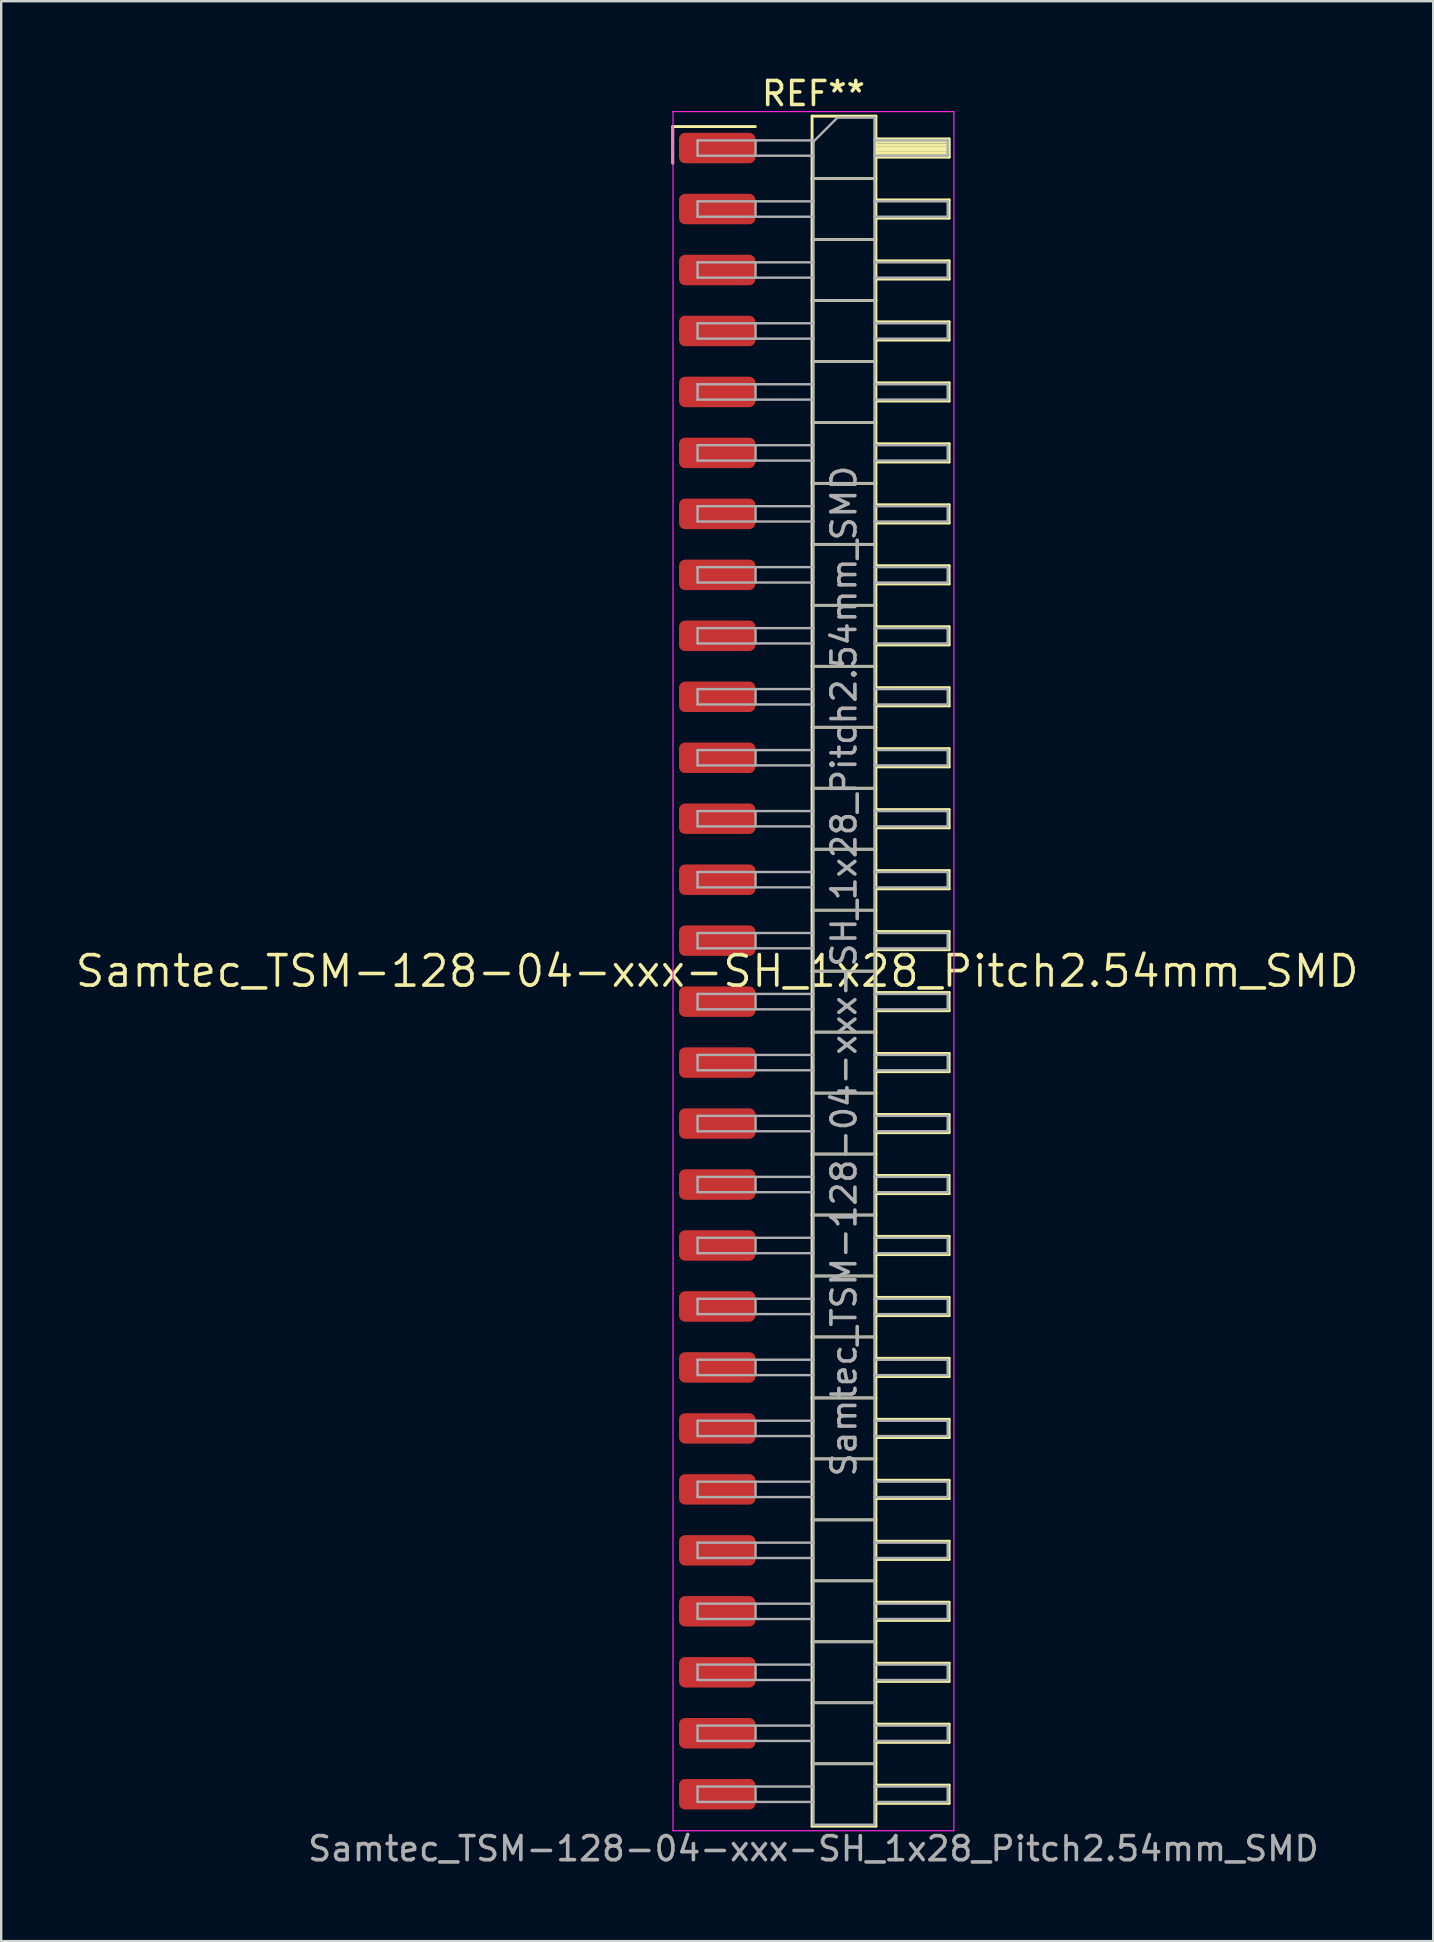
<source format=kicad_pcb>
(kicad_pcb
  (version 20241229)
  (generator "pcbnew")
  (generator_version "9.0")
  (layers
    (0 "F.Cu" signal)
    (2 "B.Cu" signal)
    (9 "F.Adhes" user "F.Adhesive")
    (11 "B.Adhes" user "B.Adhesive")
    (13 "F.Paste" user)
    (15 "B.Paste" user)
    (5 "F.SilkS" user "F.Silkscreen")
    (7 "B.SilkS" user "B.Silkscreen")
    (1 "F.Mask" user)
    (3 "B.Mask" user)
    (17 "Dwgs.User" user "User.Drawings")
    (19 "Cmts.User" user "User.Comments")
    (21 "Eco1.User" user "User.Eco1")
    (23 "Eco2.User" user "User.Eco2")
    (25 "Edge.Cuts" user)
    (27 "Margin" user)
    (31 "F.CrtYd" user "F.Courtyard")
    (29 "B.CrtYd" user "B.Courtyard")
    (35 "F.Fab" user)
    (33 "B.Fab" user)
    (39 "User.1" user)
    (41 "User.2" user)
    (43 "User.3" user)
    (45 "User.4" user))
  (footprint "Samtec_TSM-128-04-xxx-SH_1x28_Pitch2.54mm_SMD"
    (layer "F.Cu")
    (at 26.828 37.408)
    (property "Reference" "Samtec_TSM-128-04-xxx-SH_1x28_Pitch2.54mm_SMD" (at 0 0 0) (layer "F.SilkS") (effects (font (size 1.27 1.27) (thickness 0.15))))
    (attr smd)
    (fp_line (start -1.85 -35.185) (end 1.59 -35.185) (stroke (width 0.12) (type solid)) (layer "F.SilkS"))
    (fp_line (start -1.85 -33.655) (end -1.85 -35.185) (stroke (width 0.12) (type solid)) (layer "F.SilkS"))
    (fp_line (start 3.953 -35.62) (end 6.613 -35.62) (stroke (width 0.12) (type solid)) (layer "F.SilkS"))
    (fp_line (start 3.953 -33.02) (end 6.613 -33.02) (stroke (width 0.12) (type solid)) (layer "F.SilkS"))
    (fp_line (start 3.953 -30.48) (end 6.613 -30.48) (stroke (width 0.12) (type solid)) (layer "F.SilkS"))
    (fp_line (start 3.953 -27.94) (end 6.613 -27.94) (stroke (width 0.12) (type solid)) (layer "F.SilkS"))
    (fp_line (start 3.953 -25.4) (end 6.613 -25.4) (stroke (width 0.12) (type solid)) (layer "F.SilkS"))
    (fp_line (start 3.953 -22.86) (end 6.613 -22.86) (stroke (width 0.12) (type solid)) (layer "F.SilkS"))
    (fp_line (start 3.953 -20.32) (end 6.613 -20.32) (stroke (width 0.12) (type solid)) (layer "F.SilkS"))
    (fp_line (start 3.953 -17.78) (end 6.613 -17.78) (stroke (width 0.12) (type solid)) (layer "F.SilkS"))
    (fp_line (start 3.953 -15.24) (end 6.613 -15.24) (stroke (width 0.12) (type solid)) (layer "F.SilkS"))
    (fp_line (start 3.953 -12.7) (end 6.613 -12.7) (stroke (width 0.12) (type solid)) (layer "F.SilkS"))
    (fp_line (start 3.953 -10.16) (end 6.613 -10.16) (stroke (width 0.12) (type solid)) (layer "F.SilkS"))
    (fp_line (start 3.953 -7.62) (end 6.613 -7.62) (stroke (width 0.12) (type solid)) (layer "F.SilkS"))
    (fp_line (start 3.953 -5.08) (end 6.613 -5.08) (stroke (width 0.12) (type solid)) (layer "F.SilkS"))
    (fp_line (start 3.953 -2.54) (end 6.613 -2.54) (stroke (width 0.12) (type solid)) (layer "F.SilkS"))
    (fp_line (start 3.953 0) (end 6.613 0) (stroke (width 0.12) (type solid)) (layer "F.SilkS"))
    (fp_line (start 3.953 2.54) (end 6.613 2.54) (stroke (width 0.12) (type solid)) (layer "F.SilkS"))
    (fp_line (start 3.953 5.08) (end 6.613 5.08) (stroke (width 0.12) (type solid)) (layer "F.SilkS"))
    (fp_line (start 3.953 7.62) (end 6.613 7.62) (stroke (width 0.12) (type solid)) (layer "F.SilkS"))
    (fp_line (start 3.953 10.16) (end 6.613 10.16) (stroke (width 0.12) (type solid)) (layer "F.SilkS"))
    (fp_line (start 3.953 12.7) (end 6.613 12.7) (stroke (width 0.12) (type solid)) (layer "F.SilkS"))
    (fp_line (start 3.953 15.24) (end 6.613 15.24) (stroke (width 0.12) (type solid)) (layer "F.SilkS"))
    (fp_line (start 3.953 17.78) (end 6.613 17.78) (stroke (width 0.12) (type solid)) (layer "F.SilkS"))
    (fp_line (start 3.953 20.32) (end 6.613 20.32) (stroke (width 0.12) (type solid)) (layer "F.SilkS"))
    (fp_line (start 3.953 22.86) (end 6.613 22.86) (stroke (width 0.12) (type solid)) (layer "F.SilkS"))
    (fp_line (start 3.953 25.4) (end 6.613 25.4) (stroke (width 0.12) (type solid)) (layer "F.SilkS"))
    (fp_line (start 3.953 27.94) (end 6.613 27.94) (stroke (width 0.12) (type solid)) (layer "F.SilkS"))
    (fp_line (start 3.953 30.48) (end 6.613 30.48) (stroke (width 0.12) (type solid)) (layer "F.SilkS"))
    (fp_line (start 3.953 33.02) (end 6.613 33.02) (stroke (width 0.12) (type solid)) (layer "F.SilkS"))
    (fp_line (start 3.953 35.62) (end 3.953 -35.62) (stroke (width 0.12) (type solid)) (layer "F.SilkS"))
    (fp_line (start 6.613 -35.62) (end 6.613 35.62) (stroke (width 0.12) (type solid)) (layer "F.SilkS"))
    (fp_line (start 6.613 -34.67) (end 9.663 -34.67) (stroke (width 0.12) (type solid)) (layer "F.SilkS"))
    (fp_line (start 6.613 -34.55) (end 9.663 -34.55) (stroke (width 0.12) (type solid)) (layer "F.SilkS"))
    (fp_line (start 6.613 -34.43) (end 9.663 -34.43) (stroke (width 0.12) (type solid)) (layer "F.SilkS"))
    (fp_line (start 6.613 -34.31) (end 9.663 -34.31) (stroke (width 0.12) (type solid)) (layer "F.SilkS"))
    (fp_line (start 6.613 -34.19) (end 9.663 -34.19) (stroke (width 0.12) (type solid)) (layer "F.SilkS"))
    (fp_line (start 6.613 -34.07) (end 9.663 -34.07) (stroke (width 0.12) (type solid)) (layer "F.SilkS"))
    (fp_line (start 6.613 -33.95) (end 9.663 -33.95) (stroke (width 0.12) (type solid)) (layer "F.SilkS"))
    (fp_line (start 6.613 -33.91) (end 9.663 -33.91) (stroke (width 0.12) (type solid)) (layer "F.SilkS"))
    (fp_line (start 6.613 -32.13) (end 9.663 -32.13) (stroke (width 0.12) (type solid)) (layer "F.SilkS"))
    (fp_line (start 6.613 -31.37) (end 9.663 -31.37) (stroke (width 0.12) (type solid)) (layer "F.SilkS"))
    (fp_line (start 6.613 -29.59) (end 9.663 -29.59) (stroke (width 0.12) (type solid)) (layer "F.SilkS"))
    (fp_line (start 6.613 -28.83) (end 9.663 -28.83) (stroke (width 0.12) (type solid)) (layer "F.SilkS"))
    (fp_line (start 6.613 -27.05) (end 9.663 -27.05) (stroke (width 0.12) (type solid)) (layer "F.SilkS"))
    (fp_line (start 6.613 -26.29) (end 9.663 -26.29) (stroke (width 0.12) (type solid)) (layer "F.SilkS"))
    (fp_line (start 6.613 -24.51) (end 9.663 -24.51) (stroke (width 0.12) (type solid)) (layer "F.SilkS"))
    (fp_line (start 6.613 -23.75) (end 9.663 -23.75) (stroke (width 0.12) (type solid)) (layer "F.SilkS"))
    (fp_line (start 6.613 -21.97) (end 9.663 -21.97) (stroke (width 0.12) (type solid)) (layer "F.SilkS"))
    (fp_line (start 6.613 -21.21) (end 9.663 -21.21) (stroke (width 0.12) (type solid)) (layer "F.SilkS"))
    (fp_line (start 6.613 -19.43) (end 9.663 -19.43) (stroke (width 0.12) (type solid)) (layer "F.SilkS"))
    (fp_line (start 6.613 -18.67) (end 9.663 -18.67) (stroke (width 0.12) (type solid)) (layer "F.SilkS"))
    (fp_line (start 6.613 -16.89) (end 9.663 -16.89) (stroke (width 0.12) (type solid)) (layer "F.SilkS"))
    (fp_line (start 6.613 -16.13) (end 9.663 -16.13) (stroke (width 0.12) (type solid)) (layer "F.SilkS"))
    (fp_line (start 6.613 -14.35) (end 9.663 -14.35) (stroke (width 0.12) (type solid)) (layer "F.SilkS"))
    (fp_line (start 6.613 -13.59) (end 9.663 -13.59) (stroke (width 0.12) (type solid)) (layer "F.SilkS"))
    (fp_line (start 6.613 -11.81) (end 9.663 -11.81) (stroke (width 0.12) (type solid)) (layer "F.SilkS"))
    (fp_line (start 6.613 -11.05) (end 9.663 -11.05) (stroke (width 0.12) (type solid)) (layer "F.SilkS"))
    (fp_line (start 6.613 -9.27) (end 9.663 -9.27) (stroke (width 0.12) (type solid)) (layer "F.SilkS"))
    (fp_line (start 6.613 -8.51) (end 9.663 -8.51) (stroke (width 0.12) (type solid)) (layer "F.SilkS"))
    (fp_line (start 6.613 -6.73) (end 9.663 -6.73) (stroke (width 0.12) (type solid)) (layer "F.SilkS"))
    (fp_line (start 6.613 -5.97) (end 9.663 -5.97) (stroke (width 0.12) (type solid)) (layer "F.SilkS"))
    (fp_line (start 6.613 -4.19) (end 9.663 -4.19) (stroke (width 0.12) (type solid)) (layer "F.SilkS"))
    (fp_line (start 6.613 -3.43) (end 9.663 -3.43) (stroke (width 0.12) (type solid)) (layer "F.SilkS"))
    (fp_line (start 6.613 -1.65) (end 9.663 -1.65) (stroke (width 0.12) (type solid)) (layer "F.SilkS"))
    (fp_line (start 6.613 -0.89) (end 9.663 -0.89) (stroke (width 0.12) (type solid)) (layer "F.SilkS"))
    (fp_line (start 6.613 0.89) (end 9.663 0.89) (stroke (width 0.12) (type solid)) (layer "F.SilkS"))
    (fp_line (start 6.613 1.65) (end 9.663 1.65) (stroke (width 0.12) (type solid)) (layer "F.SilkS"))
    (fp_line (start 6.613 3.43) (end 9.663 3.43) (stroke (width 0.12) (type solid)) (layer "F.SilkS"))
    (fp_line (start 6.613 4.19) (end 9.663 4.19) (stroke (width 0.12) (type solid)) (layer "F.SilkS"))
    (fp_line (start 6.613 5.97) (end 9.663 5.97) (stroke (width 0.12) (type solid)) (layer "F.SilkS"))
    (fp_line (start 6.613 6.73) (end 9.663 6.73) (stroke (width 0.12) (type solid)) (layer "F.SilkS"))
    (fp_line (start 6.613 8.51) (end 9.663 8.51) (stroke (width 0.12) (type solid)) (layer "F.SilkS"))
    (fp_line (start 6.613 9.27) (end 9.663 9.27) (stroke (width 0.12) (type solid)) (layer "F.SilkS"))
    (fp_line (start 6.613 11.05) (end 9.663 11.05) (stroke (width 0.12) (type solid)) (layer "F.SilkS"))
    (fp_line (start 6.613 11.81) (end 9.663 11.81) (stroke (width 0.12) (type solid)) (layer "F.SilkS"))
    (fp_line (start 6.613 13.59) (end 9.663 13.59) (stroke (width 0.12) (type solid)) (layer "F.SilkS"))
    (fp_line (start 6.613 14.35) (end 9.663 14.35) (stroke (width 0.12) (type solid)) (layer "F.SilkS"))
    (fp_line (start 6.613 16.13) (end 9.663 16.13) (stroke (width 0.12) (type solid)) (layer "F.SilkS"))
    (fp_line (start 6.613 16.89) (end 9.663 16.89) (stroke (width 0.12) (type solid)) (layer "F.SilkS"))
    (fp_line (start 6.613 18.67) (end 9.663 18.67) (stroke (width 0.12) (type solid)) (layer "F.SilkS"))
    (fp_line (start 6.613 19.43) (end 9.663 19.43) (stroke (width 0.12) (type solid)) (layer "F.SilkS"))
    (fp_line (start 6.613 21.21) (end 9.663 21.21) (stroke (width 0.12) (type solid)) (layer "F.SilkS"))
    (fp_line (start 6.613 21.97) (end 9.663 21.97) (stroke (width 0.12) (type solid)) (layer "F.SilkS"))
    (fp_line (start 6.613 23.75) (end 9.663 23.75) (stroke (width 0.12) (type solid)) (layer "F.SilkS"))
    (fp_line (start 6.613 24.51) (end 9.663 24.51) (stroke (width 0.12) (type solid)) (layer "F.SilkS"))
    (fp_line (start 6.613 26.29) (end 9.663 26.29) (stroke (width 0.12) (type solid)) (layer "F.SilkS"))
    (fp_line (start 6.613 27.05) (end 9.663 27.05) (stroke (width 0.12) (type solid)) (layer "F.SilkS"))
    (fp_line (start 6.613 28.83) (end 9.663 28.83) (stroke (width 0.12) (type solid)) (layer "F.SilkS"))
    (fp_line (start 6.613 29.59) (end 9.663 29.59) (stroke (width 0.12) (type solid)) (layer "F.SilkS"))
    (fp_line (start 6.613 31.37) (end 9.663 31.37) (stroke (width 0.12) (type solid)) (layer "F.SilkS"))
    (fp_line (start 6.613 32.13) (end 9.663 32.13) (stroke (width 0.12) (type solid)) (layer "F.SilkS"))
    (fp_line (start 6.613 33.91) (end 9.663 33.91) (stroke (width 0.12) (type solid)) (layer "F.SilkS"))
    (fp_line (start 6.613 34.67) (end 9.663 34.67) (stroke (width 0.12) (type solid)) (layer "F.SilkS"))
    (fp_line (start 6.613 35.62) (end 3.953 35.62) (stroke (width 0.12) (type solid)) (layer "F.SilkS"))
    (fp_line (start 9.663 -34.67) (end 9.663 -33.91) (stroke (width 0.12) (type solid)) (layer "F.SilkS"))
    (fp_line (start 9.663 -32.13) (end 9.663 -31.37) (stroke (width 0.12) (type solid)) (layer "F.SilkS"))
    (fp_line (start 9.663 -29.59) (end 9.663 -28.83) (stroke (width 0.12) (type solid)) (layer "F.SilkS"))
    (fp_line (start 9.663 -27.05) (end 9.663 -26.29) (stroke (width 0.12) (type solid)) (layer "F.SilkS"))
    (fp_line (start 9.663 -24.51) (end 9.663 -23.75) (stroke (width 0.12) (type solid)) (layer "F.SilkS"))
    (fp_line (start 9.663 -21.97) (end 9.663 -21.21) (stroke (width 0.12) (type solid)) (layer "F.SilkS"))
    (fp_line (start 9.663 -19.43) (end 9.663 -18.67) (stroke (width 0.12) (type solid)) (layer "F.SilkS"))
    (fp_line (start 9.663 -16.89) (end 9.663 -16.13) (stroke (width 0.12) (type solid)) (layer "F.SilkS"))
    (fp_line (start 9.663 -14.35) (end 9.663 -13.59) (stroke (width 0.12) (type solid)) (layer "F.SilkS"))
    (fp_line (start 9.663 -11.81) (end 9.663 -11.05) (stroke (width 0.12) (type solid)) (layer "F.SilkS"))
    (fp_line (start 9.663 -9.27) (end 9.663 -8.51) (stroke (width 0.12) (type solid)) (layer "F.SilkS"))
    (fp_line (start 9.663 -6.73) (end 9.663 -5.97) (stroke (width 0.12) (type solid)) (layer "F.SilkS"))
    (fp_line (start 9.663 -4.19) (end 9.663 -3.43) (stroke (width 0.12) (type solid)) (layer "F.SilkS"))
    (fp_line (start 9.663 -1.65) (end 9.663 -0.89) (stroke (width 0.12) (type solid)) (layer "F.SilkS"))
    (fp_line (start 9.663 0.89) (end 9.663 1.65) (stroke (width 0.12) (type solid)) (layer "F.SilkS"))
    (fp_line (start 9.663 3.43) (end 9.663 4.19) (stroke (width 0.12) (type solid)) (layer "F.SilkS"))
    (fp_line (start 9.663 5.97) (end 9.663 6.73) (stroke (width 0.12) (type solid)) (layer "F.SilkS"))
    (fp_line (start 9.663 8.51) (end 9.663 9.27) (stroke (width 0.12) (type solid)) (layer "F.SilkS"))
    (fp_line (start 9.663 11.05) (end 9.663 11.81) (stroke (width 0.12) (type solid)) (layer "F.SilkS"))
    (fp_line (start 9.663 13.59) (end 9.663 14.35) (stroke (width 0.12) (type solid)) (layer "F.SilkS"))
    (fp_line (start 9.663 16.13) (end 9.663 16.89) (stroke (width 0.12) (type solid)) (layer "F.SilkS"))
    (fp_line (start 9.663 18.67) (end 9.663 19.43) (stroke (width 0.12) (type solid)) (layer "F.SilkS"))
    (fp_line (start 9.663 21.21) (end 9.663 21.97) (stroke (width 0.12) (type solid)) (layer "F.SilkS"))
    (fp_line (start 9.663 23.75) (end 9.663 24.51) (stroke (width 0.12) (type solid)) (layer "F.SilkS"))
    (fp_line (start 9.663 26.29) (end 9.663 27.05) (stroke (width 0.12) (type solid)) (layer "F.SilkS"))
    (fp_line (start 9.663 28.83) (end 9.663 29.59) (stroke (width 0.12) (type solid)) (layer "F.SilkS"))
    (fp_line (start 9.663 31.37) (end 9.663 32.13) (stroke (width 0.12) (type solid)) (layer "F.SilkS"))
    (fp_line (start 9.663 33.91) (end 9.663 34.67) (stroke (width 0.12) (type solid)) (layer "F.SilkS"))
    (fp_line (start -1.84 -35.81) (end 9.86 -35.81) (stroke (width 0.05) (type solid)) (layer "F.CrtYd"))
    (fp_line (start -1.84 35.81) (end -1.84 -35.81) (stroke (width 0.05) (type solid)) (layer "F.CrtYd"))
    (fp_line (start 9.86 -35.81) (end 9.86 35.81) (stroke (width 0.05) (type solid)) (layer "F.CrtYd"))
    (fp_line (start 9.86 35.81) (end -1.84 35.81) (stroke (width 0.05) (type solid)) (layer "F.CrtYd"))
    (fp_line (start -0.817 -34.61) (end -0.817 -33.97) (stroke (width 0.1) (type solid)) (layer "F.Fab"))
    (fp_line (start -0.817 -34.61) (end 4.013 -34.61) (stroke (width 0.1) (type solid)) (layer "F.Fab"))
    (fp_line (start -0.817 -33.97) (end 4.013 -33.97) (stroke (width 0.1) (type solid)) (layer "F.Fab"))
    (fp_line (start -0.817 -32.07) (end -0.817 -31.43) (stroke (width 0.1) (type solid)) (layer "F.Fab"))
    (fp_line (start -0.817 -32.07) (end 4.013 -32.07) (stroke (width 0.1) (type solid)) (layer "F.Fab"))
    (fp_line (start -0.817 -31.43) (end 4.013 -31.43) (stroke (width 0.1) (type solid)) (layer "F.Fab"))
    (fp_line (start -0.817 -29.53) (end -0.817 -28.89) (stroke (width 0.1) (type solid)) (layer "F.Fab"))
    (fp_line (start -0.817 -29.53) (end 4.013 -29.53) (stroke (width 0.1) (type solid)) (layer "F.Fab"))
    (fp_line (start -0.817 -28.89) (end 4.013 -28.89) (stroke (width 0.1) (type solid)) (layer "F.Fab"))
    (fp_line (start -0.817 -26.99) (end -0.817 -26.35) (stroke (width 0.1) (type solid)) (layer "F.Fab"))
    (fp_line (start -0.817 -26.99) (end 4.013 -26.99) (stroke (width 0.1) (type solid)) (layer "F.Fab"))
    (fp_line (start -0.817 -26.35) (end 4.013 -26.35) (stroke (width 0.1) (type solid)) (layer "F.Fab"))
    (fp_line (start -0.817 -24.45) (end -0.817 -23.81) (stroke (width 0.1) (type solid)) (layer "F.Fab"))
    (fp_line (start -0.817 -24.45) (end 4.013 -24.45) (stroke (width 0.1) (type solid)) (layer "F.Fab"))
    (fp_line (start -0.817 -23.81) (end 4.013 -23.81) (stroke (width 0.1) (type solid)) (layer "F.Fab"))
    (fp_line (start -0.817 -21.91) (end -0.817 -21.27) (stroke (width 0.1) (type solid)) (layer "F.Fab"))
    (fp_line (start -0.817 -21.91) (end 4.013 -21.91) (stroke (width 0.1) (type solid)) (layer "F.Fab"))
    (fp_line (start -0.817 -21.27) (end 4.013 -21.27) (stroke (width 0.1) (type solid)) (layer "F.Fab"))
    (fp_line (start -0.817 -19.37) (end -0.817 -18.73) (stroke (width 0.1) (type solid)) (layer "F.Fab"))
    (fp_line (start -0.817 -19.37) (end 4.013 -19.37) (stroke (width 0.1) (type solid)) (layer "F.Fab"))
    (fp_line (start -0.817 -18.73) (end 4.013 -18.73) (stroke (width 0.1) (type solid)) (layer "F.Fab"))
    (fp_line (start -0.817 -16.83) (end -0.817 -16.19) (stroke (width 0.1) (type solid)) (layer "F.Fab"))
    (fp_line (start -0.817 -16.83) (end 4.013 -16.83) (stroke (width 0.1) (type solid)) (layer "F.Fab"))
    (fp_line (start -0.817 -16.19) (end 4.013 -16.19) (stroke (width 0.1) (type solid)) (layer "F.Fab"))
    (fp_line (start -0.817 -14.29) (end -0.817 -13.65) (stroke (width 0.1) (type solid)) (layer "F.Fab"))
    (fp_line (start -0.817 -14.29) (end 4.013 -14.29) (stroke (width 0.1) (type solid)) (layer "F.Fab"))
    (fp_line (start -0.817 -13.65) (end 4.013 -13.65) (stroke (width 0.1) (type solid)) (layer "F.Fab"))
    (fp_line (start -0.817 -11.75) (end -0.817 -11.11) (stroke (width 0.1) (type solid)) (layer "F.Fab"))
    (fp_line (start -0.817 -11.75) (end 4.013 -11.75) (stroke (width 0.1) (type solid)) (layer "F.Fab"))
    (fp_line (start -0.817 -11.11) (end 4.013 -11.11) (stroke (width 0.1) (type solid)) (layer "F.Fab"))
    (fp_line (start -0.817 -9.21) (end -0.817 -8.57) (stroke (width 0.1) (type solid)) (layer "F.Fab"))
    (fp_line (start -0.817 -9.21) (end 4.013 -9.21) (stroke (width 0.1) (type solid)) (layer "F.Fab"))
    (fp_line (start -0.817 -8.57) (end 4.013 -8.57) (stroke (width 0.1) (type solid)) (layer "F.Fab"))
    (fp_line (start -0.817 -6.67) (end -0.817 -6.03) (stroke (width 0.1) (type solid)) (layer "F.Fab"))
    (fp_line (start -0.817 -6.67) (end 4.013 -6.67) (stroke (width 0.1) (type solid)) (layer "F.Fab"))
    (fp_line (start -0.817 -6.03) (end 4.013 -6.03) (stroke (width 0.1) (type solid)) (layer "F.Fab"))
    (fp_line (start -0.817 -4.13) (end -0.817 -3.49) (stroke (width 0.1) (type solid)) (layer "F.Fab"))
    (fp_line (start -0.817 -4.13) (end 4.013 -4.13) (stroke (width 0.1) (type solid)) (layer "F.Fab"))
    (fp_line (start -0.817 -3.49) (end 4.013 -3.49) (stroke (width 0.1) (type solid)) (layer "F.Fab"))
    (fp_line (start -0.817 -1.59) (end -0.817 -0.95) (stroke (width 0.1) (type solid)) (layer "F.Fab"))
    (fp_line (start -0.817 -1.59) (end 4.013 -1.59) (stroke (width 0.1) (type solid)) (layer "F.Fab"))
    (fp_line (start -0.817 -0.95) (end 4.013 -0.95) (stroke (width 0.1) (type solid)) (layer "F.Fab"))
    (fp_line (start -0.817 0.95) (end -0.817 1.59) (stroke (width 0.1) (type solid)) (layer "F.Fab"))
    (fp_line (start -0.817 0.95) (end 4.013 0.95) (stroke (width 0.1) (type solid)) (layer "F.Fab"))
    (fp_line (start -0.817 1.59) (end 4.013 1.59) (stroke (width 0.1) (type solid)) (layer "F.Fab"))
    (fp_line (start -0.817 3.49) (end -0.817 4.13) (stroke (width 0.1) (type solid)) (layer "F.Fab"))
    (fp_line (start -0.817 3.49) (end 4.013 3.49) (stroke (width 0.1) (type solid)) (layer "F.Fab"))
    (fp_line (start -0.817 4.13) (end 4.013 4.13) (stroke (width 0.1) (type solid)) (layer "F.Fab"))
    (fp_line (start -0.817 6.03) (end -0.817 6.67) (stroke (width 0.1) (type solid)) (layer "F.Fab"))
    (fp_line (start -0.817 6.03) (end 4.013 6.03) (stroke (width 0.1) (type solid)) (layer "F.Fab"))
    (fp_line (start -0.817 6.67) (end 4.013 6.67) (stroke (width 0.1) (type solid)) (layer "F.Fab"))
    (fp_line (start -0.817 8.57) (end -0.817 9.21) (stroke (width 0.1) (type solid)) (layer "F.Fab"))
    (fp_line (start -0.817 8.57) (end 4.013 8.57) (stroke (width 0.1) (type solid)) (layer "F.Fab"))
    (fp_line (start -0.817 9.21) (end 4.013 9.21) (stroke (width 0.1) (type solid)) (layer "F.Fab"))
    (fp_line (start -0.817 11.11) (end -0.817 11.75) (stroke (width 0.1) (type solid)) (layer "F.Fab"))
    (fp_line (start -0.817 11.11) (end 4.013 11.11) (stroke (width 0.1) (type solid)) (layer "F.Fab"))
    (fp_line (start -0.817 11.75) (end 4.013 11.75) (stroke (width 0.1) (type solid)) (layer "F.Fab"))
    (fp_line (start -0.817 13.65) (end -0.817 14.29) (stroke (width 0.1) (type solid)) (layer "F.Fab"))
    (fp_line (start -0.817 13.65) (end 4.013 13.65) (stroke (width 0.1) (type solid)) (layer "F.Fab"))
    (fp_line (start -0.817 14.29) (end 4.013 14.29) (stroke (width 0.1) (type solid)) (layer "F.Fab"))
    (fp_line (start -0.817 16.19) (end -0.817 16.83) (stroke (width 0.1) (type solid)) (layer "F.Fab"))
    (fp_line (start -0.817 16.19) (end 4.013 16.19) (stroke (width 0.1) (type solid)) (layer "F.Fab"))
    (fp_line (start -0.817 16.83) (end 4.013 16.83) (stroke (width 0.1) (type solid)) (layer "F.Fab"))
    (fp_line (start -0.817 18.73) (end -0.817 19.37) (stroke (width 0.1) (type solid)) (layer "F.Fab"))
    (fp_line (start -0.817 18.73) (end 4.013 18.73) (stroke (width 0.1) (type solid)) (layer "F.Fab"))
    (fp_line (start -0.817 19.37) (end 4.013 19.37) (stroke (width 0.1) (type solid)) (layer "F.Fab"))
    (fp_line (start -0.817 21.27) (end -0.817 21.91) (stroke (width 0.1) (type solid)) (layer "F.Fab"))
    (fp_line (start -0.817 21.27) (end 4.013 21.27) (stroke (width 0.1) (type solid)) (layer "F.Fab"))
    (fp_line (start -0.817 21.91) (end 4.013 21.91) (stroke (width 0.1) (type solid)) (layer "F.Fab"))
    (fp_line (start -0.817 23.81) (end -0.817 24.45) (stroke (width 0.1) (type solid)) (layer "F.Fab"))
    (fp_line (start -0.817 23.81) (end 4.013 23.81) (stroke (width 0.1) (type solid)) (layer "F.Fab"))
    (fp_line (start -0.817 24.45) (end 4.013 24.45) (stroke (width 0.1) (type solid)) (layer "F.Fab"))
    (fp_line (start -0.817 26.35) (end -0.817 26.99) (stroke (width 0.1) (type solid)) (layer "F.Fab"))
    (fp_line (start -0.817 26.35) (end 4.013 26.35) (stroke (width 0.1) (type solid)) (layer "F.Fab"))
    (fp_line (start -0.817 26.99) (end 4.013 26.99) (stroke (width 0.1) (type solid)) (layer "F.Fab"))
    (fp_line (start -0.817 28.89) (end -0.817 29.53) (stroke (width 0.1) (type solid)) (layer "F.Fab"))
    (fp_line (start -0.817 28.89) (end 4.013 28.89) (stroke (width 0.1) (type solid)) (layer "F.Fab"))
    (fp_line (start -0.817 29.53) (end 4.013 29.53) (stroke (width 0.1) (type solid)) (layer "F.Fab"))
    (fp_line (start -0.817 31.43) (end -0.817 32.07) (stroke (width 0.1) (type solid)) (layer "F.Fab"))
    (fp_line (start -0.817 31.43) (end 4.013 31.43) (stroke (width 0.1) (type solid)) (layer "F.Fab"))
    (fp_line (start -0.817 32.07) (end 4.013 32.07) (stroke (width 0.1) (type solid)) (layer "F.Fab"))
    (fp_line (start -0.817 33.97) (end -0.817 34.61) (stroke (width 0.1) (type solid)) (layer "F.Fab"))
    (fp_line (start -0.817 33.97) (end 4.013 33.97) (stroke (width 0.1) (type solid)) (layer "F.Fab"))
    (fp_line (start -0.817 34.61) (end 4.013 34.61) (stroke (width 0.1) (type solid)) (layer "F.Fab"))
    (fp_line (start 1.598 -34.61) (end 1.598 -33.97) (stroke (width 0.1) (type solid)) (layer "F.Fab"))
    (fp_line (start 1.598 -32.07) (end 1.598 -31.43) (stroke (width 0.1) (type solid)) (layer "F.Fab"))
    (fp_line (start 1.598 -29.53) (end 1.598 -28.89) (stroke (width 0.1) (type solid)) (layer "F.Fab"))
    (fp_line (start 1.598 -26.99) (end 1.598 -26.35) (stroke (width 0.1) (type solid)) (layer "F.Fab"))
    (fp_line (start 1.598 -24.45) (end 1.598 -23.81) (stroke (width 0.1) (type solid)) (layer "F.Fab"))
    (fp_line (start 1.598 -21.91) (end 1.598 -21.27) (stroke (width 0.1) (type solid)) (layer "F.Fab"))
    (fp_line (start 1.598 -19.37) (end 1.598 -18.73) (stroke (width 0.1) (type solid)) (layer "F.Fab"))
    (fp_line (start 1.598 -16.83) (end 1.598 -16.19) (stroke (width 0.1) (type solid)) (layer "F.Fab"))
    (fp_line (start 1.598 -14.29) (end 1.598 -13.65) (stroke (width 0.1) (type solid)) (layer "F.Fab"))
    (fp_line (start 1.598 -11.75) (end 1.598 -11.11) (stroke (width 0.1) (type solid)) (layer "F.Fab"))
    (fp_line (start 1.598 -9.21) (end 1.598 -8.57) (stroke (width 0.1) (type solid)) (layer "F.Fab"))
    (fp_line (start 1.598 -6.67) (end 1.598 -6.03) (stroke (width 0.1) (type solid)) (layer "F.Fab"))
    (fp_line (start 1.598 -4.13) (end 1.598 -3.49) (stroke (width 0.1) (type solid)) (layer "F.Fab"))
    (fp_line (start 1.598 -1.59) (end 1.598 -0.95) (stroke (width 0.1) (type solid)) (layer "F.Fab"))
    (fp_line (start 1.598 0.95) (end 1.598 1.59) (stroke (width 0.1) (type solid)) (layer "F.Fab"))
    (fp_line (start 1.598 3.49) (end 1.598 4.13) (stroke (width 0.1) (type solid)) (layer "F.Fab"))
    (fp_line (start 1.598 6.03) (end 1.598 6.67) (stroke (width 0.1) (type solid)) (layer "F.Fab"))
    (fp_line (start 1.598 8.57) (end 1.598 9.21) (stroke (width 0.1) (type solid)) (layer "F.Fab"))
    (fp_line (start 1.598 11.11) (end 1.598 11.75) (stroke (width 0.1) (type solid)) (layer "F.Fab"))
    (fp_line (start 1.598 13.65) (end 1.598 14.29) (stroke (width 0.1) (type solid)) (layer "F.Fab"))
    (fp_line (start 1.598 16.19) (end 1.598 16.83) (stroke (width 0.1) (type solid)) (layer "F.Fab"))
    (fp_line (start 1.598 18.73) (end 1.598 19.37) (stroke (width 0.1) (type solid)) (layer "F.Fab"))
    (fp_line (start 1.598 21.27) (end 1.598 21.91) (stroke (width 0.1) (type solid)) (layer "F.Fab"))
    (fp_line (start 1.598 23.81) (end 1.598 24.45) (stroke (width 0.1) (type solid)) (layer "F.Fab"))
    (fp_line (start 1.598 26.35) (end 1.598 26.99) (stroke (width 0.1) (type solid)) (layer "F.Fab"))
    (fp_line (start 1.598 28.89) (end 1.598 29.53) (stroke (width 0.1) (type solid)) (layer "F.Fab"))
    (fp_line (start 1.598 31.43) (end 1.598 32.07) (stroke (width 0.1) (type solid)) (layer "F.Fab"))
    (fp_line (start 1.598 33.97) (end 1.598 34.61) (stroke (width 0.1) (type solid)) (layer "F.Fab"))
    (fp_line (start 4.013 -34.56) (end 5.013 -35.56) (stroke (width 0.1) (type solid)) (layer "F.Fab"))
    (fp_line (start 4.013 -33.02) (end 6.553 -33.02) (stroke (width 0.1) (type solid)) (layer "F.Fab"))
    (fp_line (start 4.013 -30.48) (end 6.553 -30.48) (stroke (width 0.1) (type solid)) (layer "F.Fab"))
    (fp_line (start 4.013 -27.94) (end 6.553 -27.94) (stroke (width 0.1) (type solid)) (layer "F.Fab"))
    (fp_line (start 4.013 -25.4) (end 6.553 -25.4) (stroke (width 0.1) (type solid)) (layer "F.Fab"))
    (fp_line (start 4.013 -22.86) (end 6.553 -22.86) (stroke (width 0.1) (type solid)) (layer "F.Fab"))
    (fp_line (start 4.013 -20.32) (end 6.553 -20.32) (stroke (width 0.1) (type solid)) (layer "F.Fab"))
    (fp_line (start 4.013 -17.78) (end 6.553 -17.78) (stroke (width 0.1) (type solid)) (layer "F.Fab"))
    (fp_line (start 4.013 -15.24) (end 6.553 -15.24) (stroke (width 0.1) (type solid)) (layer "F.Fab"))
    (fp_line (start 4.013 -12.7) (end 6.553 -12.7) (stroke (width 0.1) (type solid)) (layer "F.Fab"))
    (fp_line (start 4.013 -10.16) (end 6.553 -10.16) (stroke (width 0.1) (type solid)) (layer "F.Fab"))
    (fp_line (start 4.013 -7.62) (end 6.553 -7.62) (stroke (width 0.1) (type solid)) (layer "F.Fab"))
    (fp_line (start 4.013 -5.08) (end 6.553 -5.08) (stroke (width 0.1) (type solid)) (layer "F.Fab"))
    (fp_line (start 4.013 -2.54) (end 6.553 -2.54) (stroke (width 0.1) (type solid)) (layer "F.Fab"))
    (fp_line (start 4.013 0) (end 6.553 0) (stroke (width 0.1) (type solid)) (layer "F.Fab"))
    (fp_line (start 4.013 2.54) (end 6.553 2.54) (stroke (width 0.1) (type solid)) (layer "F.Fab"))
    (fp_line (start 4.013 5.08) (end 6.553 5.08) (stroke (width 0.1) (type solid)) (layer "F.Fab"))
    (fp_line (start 4.013 7.62) (end 6.553 7.62) (stroke (width 0.1) (type solid)) (layer "F.Fab"))
    (fp_line (start 4.013 10.16) (end 6.553 10.16) (stroke (width 0.1) (type solid)) (layer "F.Fab"))
    (fp_line (start 4.013 12.7) (end 6.553 12.7) (stroke (width 0.1) (type solid)) (layer "F.Fab"))
    (fp_line (start 4.013 15.24) (end 6.553 15.24) (stroke (width 0.1) (type solid)) (layer "F.Fab"))
    (fp_line (start 4.013 17.78) (end 6.553 17.78) (stroke (width 0.1) (type solid)) (layer "F.Fab"))
    (fp_line (start 4.013 20.32) (end 6.553 20.32) (stroke (width 0.1) (type solid)) (layer "F.Fab"))
    (fp_line (start 4.013 22.86) (end 6.553 22.86) (stroke (width 0.1) (type solid)) (layer "F.Fab"))
    (fp_line (start 4.013 25.4) (end 6.553 25.4) (stroke (width 0.1) (type solid)) (layer "F.Fab"))
    (fp_line (start 4.013 27.94) (end 6.553 27.94) (stroke (width 0.1) (type solid)) (layer "F.Fab"))
    (fp_line (start 4.013 30.48) (end 6.553 30.48) (stroke (width 0.1) (type solid)) (layer "F.Fab"))
    (fp_line (start 4.013 33.02) (end 6.553 33.02) (stroke (width 0.1) (type solid)) (layer "F.Fab"))
    (fp_line (start 4.013 35.56) (end 4.013 -34.56) (stroke (width 0.1) (type solid)) (layer "F.Fab"))
    (fp_line (start 5.013 -35.56) (end 6.553 -35.56) (stroke (width 0.1) (type solid)) (layer "F.Fab"))
    (fp_line (start 6.553 -35.56) (end 6.553 35.56) (stroke (width 0.1) (type solid)) (layer "F.Fab"))
    (fp_line (start 6.553 -34.61) (end 9.603 -34.61) (stroke (width 0.1) (type solid)) (layer "F.Fab"))
    (fp_line (start 6.553 -33.97) (end 9.603 -33.97) (stroke (width 0.1) (type solid)) (layer "F.Fab"))
    (fp_line (start 6.553 -32.07) (end 9.603 -32.07) (stroke (width 0.1) (type solid)) (layer "F.Fab"))
    (fp_line (start 6.553 -31.43) (end 9.603 -31.43) (stroke (width 0.1) (type solid)) (layer "F.Fab"))
    (fp_line (start 6.553 -29.53) (end 9.603 -29.53) (stroke (width 0.1) (type solid)) (layer "F.Fab"))
    (fp_line (start 6.553 -28.89) (end 9.603 -28.89) (stroke (width 0.1) (type solid)) (layer "F.Fab"))
    (fp_line (start 6.553 -26.99) (end 9.603 -26.99) (stroke (width 0.1) (type solid)) (layer "F.Fab"))
    (fp_line (start 6.553 -26.35) (end 9.603 -26.35) (stroke (width 0.1) (type solid)) (layer "F.Fab"))
    (fp_line (start 6.553 -24.45) (end 9.603 -24.45) (stroke (width 0.1) (type solid)) (layer "F.Fab"))
    (fp_line (start 6.553 -23.81) (end 9.603 -23.81) (stroke (width 0.1) (type solid)) (layer "F.Fab"))
    (fp_line (start 6.553 -21.91) (end 9.603 -21.91) (stroke (width 0.1) (type solid)) (layer "F.Fab"))
    (fp_line (start 6.553 -21.27) (end 9.603 -21.27) (stroke (width 0.1) (type solid)) (layer "F.Fab"))
    (fp_line (start 6.553 -19.37) (end 9.603 -19.37) (stroke (width 0.1) (type solid)) (layer "F.Fab"))
    (fp_line (start 6.553 -18.73) (end 9.603 -18.73) (stroke (width 0.1) (type solid)) (layer "F.Fab"))
    (fp_line (start 6.553 -16.83) (end 9.603 -16.83) (stroke (width 0.1) (type solid)) (layer "F.Fab"))
    (fp_line (start 6.553 -16.19) (end 9.603 -16.19) (stroke (width 0.1) (type solid)) (layer "F.Fab"))
    (fp_line (start 6.553 -14.29) (end 9.603 -14.29) (stroke (width 0.1) (type solid)) (layer "F.Fab"))
    (fp_line (start 6.553 -13.65) (end 9.603 -13.65) (stroke (width 0.1) (type solid)) (layer "F.Fab"))
    (fp_line (start 6.553 -11.75) (end 9.603 -11.75) (stroke (width 0.1) (type solid)) (layer "F.Fab"))
    (fp_line (start 6.553 -11.11) (end 9.603 -11.11) (stroke (width 0.1) (type solid)) (layer "F.Fab"))
    (fp_line (start 6.553 -9.21) (end 9.603 -9.21) (stroke (width 0.1) (type solid)) (layer "F.Fab"))
    (fp_line (start 6.553 -8.57) (end 9.603 -8.57) (stroke (width 0.1) (type solid)) (layer "F.Fab"))
    (fp_line (start 6.553 -6.67) (end 9.603 -6.67) (stroke (width 0.1) (type solid)) (layer "F.Fab"))
    (fp_line (start 6.553 -6.03) (end 9.603 -6.03) (stroke (width 0.1) (type solid)) (layer "F.Fab"))
    (fp_line (start 6.553 -4.13) (end 9.603 -4.13) (stroke (width 0.1) (type solid)) (layer "F.Fab"))
    (fp_line (start 6.553 -3.49) (end 9.603 -3.49) (stroke (width 0.1) (type solid)) (layer "F.Fab"))
    (fp_line (start 6.553 -1.59) (end 9.603 -1.59) (stroke (width 0.1) (type solid)) (layer "F.Fab"))
    (fp_line (start 6.553 -0.95) (end 9.603 -0.95) (stroke (width 0.1) (type solid)) (layer "F.Fab"))
    (fp_line (start 6.553 0.95) (end 9.603 0.95) (stroke (width 0.1) (type solid)) (layer "F.Fab"))
    (fp_line (start 6.553 1.59) (end 9.603 1.59) (stroke (width 0.1) (type solid)) (layer "F.Fab"))
    (fp_line (start 6.553 3.49) (end 9.603 3.49) (stroke (width 0.1) (type solid)) (layer "F.Fab"))
    (fp_line (start 6.553 4.13) (end 9.603 4.13) (stroke (width 0.1) (type solid)) (layer "F.Fab"))
    (fp_line (start 6.553 6.03) (end 9.603 6.03) (stroke (width 0.1) (type solid)) (layer "F.Fab"))
    (fp_line (start 6.553 6.67) (end 9.603 6.67) (stroke (width 0.1) (type solid)) (layer "F.Fab"))
    (fp_line (start 6.553 8.57) (end 9.603 8.57) (stroke (width 0.1) (type solid)) (layer "F.Fab"))
    (fp_line (start 6.553 9.21) (end 9.603 9.21) (stroke (width 0.1) (type solid)) (layer "F.Fab"))
    (fp_line (start 6.553 11.11) (end 9.603 11.11) (stroke (width 0.1) (type solid)) (layer "F.Fab"))
    (fp_line (start 6.553 11.75) (end 9.603 11.75) (stroke (width 0.1) (type solid)) (layer "F.Fab"))
    (fp_line (start 6.553 13.65) (end 9.603 13.65) (stroke (width 0.1) (type solid)) (layer "F.Fab"))
    (fp_line (start 6.553 14.29) (end 9.603 14.29) (stroke (width 0.1) (type solid)) (layer "F.Fab"))
    (fp_line (start 6.553 16.19) (end 9.603 16.19) (stroke (width 0.1) (type solid)) (layer "F.Fab"))
    (fp_line (start 6.553 16.83) (end 9.603 16.83) (stroke (width 0.1) (type solid)) (layer "F.Fab"))
    (fp_line (start 6.553 18.73) (end 9.603 18.73) (stroke (width 0.1) (type solid)) (layer "F.Fab"))
    (fp_line (start 6.553 19.37) (end 9.603 19.37) (stroke (width 0.1) (type solid)) (layer "F.Fab"))
    (fp_line (start 6.553 21.27) (end 9.603 21.27) (stroke (width 0.1) (type solid)) (layer "F.Fab"))
    (fp_line (start 6.553 21.91) (end 9.603 21.91) (stroke (width 0.1) (type solid)) (layer "F.Fab"))
    (fp_line (start 6.553 23.81) (end 9.603 23.81) (stroke (width 0.1) (type solid)) (layer "F.Fab"))
    (fp_line (start 6.553 24.45) (end 9.603 24.45) (stroke (width 0.1) (type solid)) (layer "F.Fab"))
    (fp_line (start 6.553 26.35) (end 9.603 26.35) (stroke (width 0.1) (type solid)) (layer "F.Fab"))
    (fp_line (start 6.553 26.99) (end 9.603 26.99) (stroke (width 0.1) (type solid)) (layer "F.Fab"))
    (fp_line (start 6.553 28.89) (end 9.603 28.89) (stroke (width 0.1) (type solid)) (layer "F.Fab"))
    (fp_line (start 6.553 29.53) (end 9.603 29.53) (stroke (width 0.1) (type solid)) (layer "F.Fab"))
    (fp_line (start 6.553 31.43) (end 9.603 31.43) (stroke (width 0.1) (type solid)) (layer "F.Fab"))
    (fp_line (start 6.553 32.07) (end 9.603 32.07) (stroke (width 0.1) (type solid)) (layer "F.Fab"))
    (fp_line (start 6.553 33.97) (end 9.603 33.97) (stroke (width 0.1) (type solid)) (layer "F.Fab"))
    (fp_line (start 6.553 34.61) (end 9.603 34.61) (stroke (width 0.1) (type solid)) (layer "F.Fab"))
    (fp_line (start 6.553 35.56) (end 4.013 35.56) (stroke (width 0.1) (type solid)) (layer "F.Fab"))
    (fp_line (start 9.603 -34.61) (end 9.603 -33.97) (stroke (width 0.1) (type solid)) (layer "F.Fab"))
    (fp_line (start 9.603 -32.07) (end 9.603 -31.43) (stroke (width 0.1) (type solid)) (layer "F.Fab"))
    (fp_line (start 9.603 -29.53) (end 9.603 -28.89) (stroke (width 0.1) (type solid)) (layer "F.Fab"))
    (fp_line (start 9.603 -26.99) (end 9.603 -26.35) (stroke (width 0.1) (type solid)) (layer "F.Fab"))
    (fp_line (start 9.603 -24.45) (end 9.603 -23.81) (stroke (width 0.1) (type solid)) (layer "F.Fab"))
    (fp_line (start 9.603 -21.91) (end 9.603 -21.27) (stroke (width 0.1) (type solid)) (layer "F.Fab"))
    (fp_line (start 9.603 -19.37) (end 9.603 -18.73) (stroke (width 0.1) (type solid)) (layer "F.Fab"))
    (fp_line (start 9.603 -16.83) (end 9.603 -16.19) (stroke (width 0.1) (type solid)) (layer "F.Fab"))
    (fp_line (start 9.603 -14.29) (end 9.603 -13.65) (stroke (width 0.1) (type solid)) (layer "F.Fab"))
    (fp_line (start 9.603 -11.75) (end 9.603 -11.11) (stroke (width 0.1) (type solid)) (layer "F.Fab"))
    (fp_line (start 9.603 -9.21) (end 9.603 -8.57) (stroke (width 0.1) (type solid)) (layer "F.Fab"))
    (fp_line (start 9.603 -6.67) (end 9.603 -6.03) (stroke (width 0.1) (type solid)) (layer "F.Fab"))
    (fp_line (start 9.603 -4.13) (end 9.603 -3.49) (stroke (width 0.1) (type solid)) (layer "F.Fab"))
    (fp_line (start 9.603 -1.59) (end 9.603 -0.95) (stroke (width 0.1) (type solid)) (layer "F.Fab"))
    (fp_line (start 9.603 0.95) (end 9.603 1.59) (stroke (width 0.1) (type solid)) (layer "F.Fab"))
    (fp_line (start 9.603 3.49) (end 9.603 4.13) (stroke (width 0.1) (type solid)) (layer "F.Fab"))
    (fp_line (start 9.603 6.03) (end 9.603 6.67) (stroke (width 0.1) (type solid)) (layer "F.Fab"))
    (fp_line (start 9.603 8.57) (end 9.603 9.21) (stroke (width 0.1) (type solid)) (layer "F.Fab"))
    (fp_line (start 9.603 11.11) (end 9.603 11.75) (stroke (width 0.1) (type solid)) (layer "F.Fab"))
    (fp_line (start 9.603 13.65) (end 9.603 14.29) (stroke (width 0.1) (type solid)) (layer "F.Fab"))
    (fp_line (start 9.603 16.19) (end 9.603 16.83) (stroke (width 0.1) (type solid)) (layer "F.Fab"))
    (fp_line (start 9.603 18.73) (end 9.603 19.37) (stroke (width 0.1) (type solid)) (layer "F.Fab"))
    (fp_line (start 9.603 21.27) (end 9.603 21.91) (stroke (width 0.1) (type solid)) (layer "F.Fab"))
    (fp_line (start 9.603 23.81) (end 9.603 24.45) (stroke (width 0.1) (type solid)) (layer "F.Fab"))
    (fp_line (start 9.603 26.35) (end 9.603 26.99) (stroke (width 0.1) (type solid)) (layer "F.Fab"))
    (fp_line (start 9.603 28.89) (end 9.603 29.53) (stroke (width 0.1) (type solid)) (layer "F.Fab"))
    (fp_line (start 9.603 31.43) (end 9.603 32.07) (stroke (width 0.1) (type solid)) (layer "F.Fab"))
    (fp_line (start 9.603 33.97) (end 9.603 34.61) (stroke (width 0.1) (type solid)) (layer "F.Fab"))
    (fp_text user "REF**" (at 4.01 -36.56 0) (layer "F.SilkS") (effects (font (size 1 1) (thickness 0.15))))
    (fp_text user "${REFERENCE}" (at 5.283 0 90) (layer "F.Fab") (effects (font (size 1 1) (thickness 0.15))))
    (fp_text user "Samtec_TSM-128-04-xxx-SH_1x28_Pitch2.54mm_SMD" (at 4.01 36.56 0) (layer "F.Fab") (effects (font (size 1 1) (thickness 0.15))))
    (pad "1" smd roundrect (at 0 -34.29) (size 3.18 1.27) (layers "F.Cu" "F.Mask" "F.Paste") (roundrect_rratio 0.197))
    (pad "2" smd roundrect (at 0 -31.75) (size 3.18 1.27) (layers "F.Cu" "F.Mask" "F.Paste") (roundrect_rratio 0.197))
    (pad "3" smd roundrect (at 0 -29.21) (size 3.18 1.27) (layers "F.Cu" "F.Mask" "F.Paste") (roundrect_rratio 0.197))
    (pad "4" smd roundrect (at 0 -26.67) (size 3.18 1.27) (layers "F.Cu" "F.Mask" "F.Paste") (roundrect_rratio 0.197))
    (pad "5" smd roundrect (at 0 -24.13) (size 3.18 1.27) (layers "F.Cu" "F.Mask" "F.Paste") (roundrect_rratio 0.197))
    (pad "6" smd roundrect (at 0 -21.59) (size 3.18 1.27) (layers "F.Cu" "F.Mask" "F.Paste") (roundrect_rratio 0.197))
    (pad "7" smd roundrect (at 0 -19.05) (size 3.18 1.27) (layers "F.Cu" "F.Mask" "F.Paste") (roundrect_rratio 0.197))
    (pad "8" smd roundrect (at 0 -16.51) (size 3.18 1.27) (layers "F.Cu" "F.Mask" "F.Paste") (roundrect_rratio 0.197))
    (pad "9" smd roundrect (at 0 -13.97) (size 3.18 1.27) (layers "F.Cu" "F.Mask" "F.Paste") (roundrect_rratio 0.197))
    (pad "10" smd roundrect (at 0 -11.43) (size 3.18 1.27) (layers "F.Cu" "F.Mask" "F.Paste") (roundrect_rratio 0.197))
    (pad "11" smd roundrect (at 0 -8.89) (size 3.18 1.27) (layers "F.Cu" "F.Mask" "F.Paste") (roundrect_rratio 0.197))
    (pad "12" smd roundrect (at 0 -6.35) (size 3.18 1.27) (layers "F.Cu" "F.Mask" "F.Paste") (roundrect_rratio 0.197))
    (pad "13" smd roundrect (at 0 -3.81) (size 3.18 1.27) (layers "F.Cu" "F.Mask" "F.Paste") (roundrect_rratio 0.197))
    (pad "14" smd roundrect (at 0 -1.27) (size 3.18 1.27) (layers "F.Cu" "F.Mask" "F.Paste") (roundrect_rratio 0.197))
    (pad "15" smd roundrect (at 0 1.27) (size 3.18 1.27) (layers "F.Cu" "F.Mask" "F.Paste") (roundrect_rratio 0.197))
    (pad "16" smd roundrect (at 0 3.81) (size 3.18 1.27) (layers "F.Cu" "F.Mask" "F.Paste") (roundrect_rratio 0.197))
    (pad "17" smd roundrect (at 0 6.35) (size 3.18 1.27) (layers "F.Cu" "F.Mask" "F.Paste") (roundrect_rratio 0.197))
    (pad "18" smd roundrect (at 0 8.89) (size 3.18 1.27) (layers "F.Cu" "F.Mask" "F.Paste") (roundrect_rratio 0.197))
    (pad "19" smd roundrect (at 0 11.43) (size 3.18 1.27) (layers "F.Cu" "F.Mask" "F.Paste") (roundrect_rratio 0.197))
    (pad "20" smd roundrect (at 0 13.97) (size 3.18 1.27) (layers "F.Cu" "F.Mask" "F.Paste") (roundrect_rratio 0.197))
    (pad "21" smd roundrect (at 0 16.51) (size 3.18 1.27) (layers "F.Cu" "F.Mask" "F.Paste") (roundrect_rratio 0.197))
    (pad "22" smd roundrect (at 0 19.05) (size 3.18 1.27) (layers "F.Cu" "F.Mask" "F.Paste") (roundrect_rratio 0.197))
    (pad "23" smd roundrect (at 0 21.59) (size 3.18 1.27) (layers "F.Cu" "F.Mask" "F.Paste") (roundrect_rratio 0.197))
    (pad "24" smd roundrect (at 0 24.13) (size 3.18 1.27) (layers "F.Cu" "F.Mask" "F.Paste") (roundrect_rratio 0.197))
    (pad "25" smd roundrect (at 0 26.67) (size 3.18 1.27) (layers "F.Cu" "F.Mask" "F.Paste") (roundrect_rratio 0.197))
    (pad "26" smd roundrect (at 0 29.21) (size 3.18 1.27) (layers "F.Cu" "F.Mask" "F.Paste") (roundrect_rratio 0.197))
    (pad "27" smd roundrect (at 0 31.75) (size 3.18 1.27) (layers "F.Cu" "F.Mask" "F.Paste") (roundrect_rratio 0.197))
    (pad "28" smd roundrect (at 0 34.29) (size 3.18 1.27) (layers "F.Cu" "F.Mask" "F.Paste") (roundrect_rratio 0.197)))
  (gr_rect
    (start -3 -3)
    (end 56.657 77.817)
    (stroke (width 0.1) (type default))
    (fill no)
    (layer "Edge.Cuts")))
</source>
